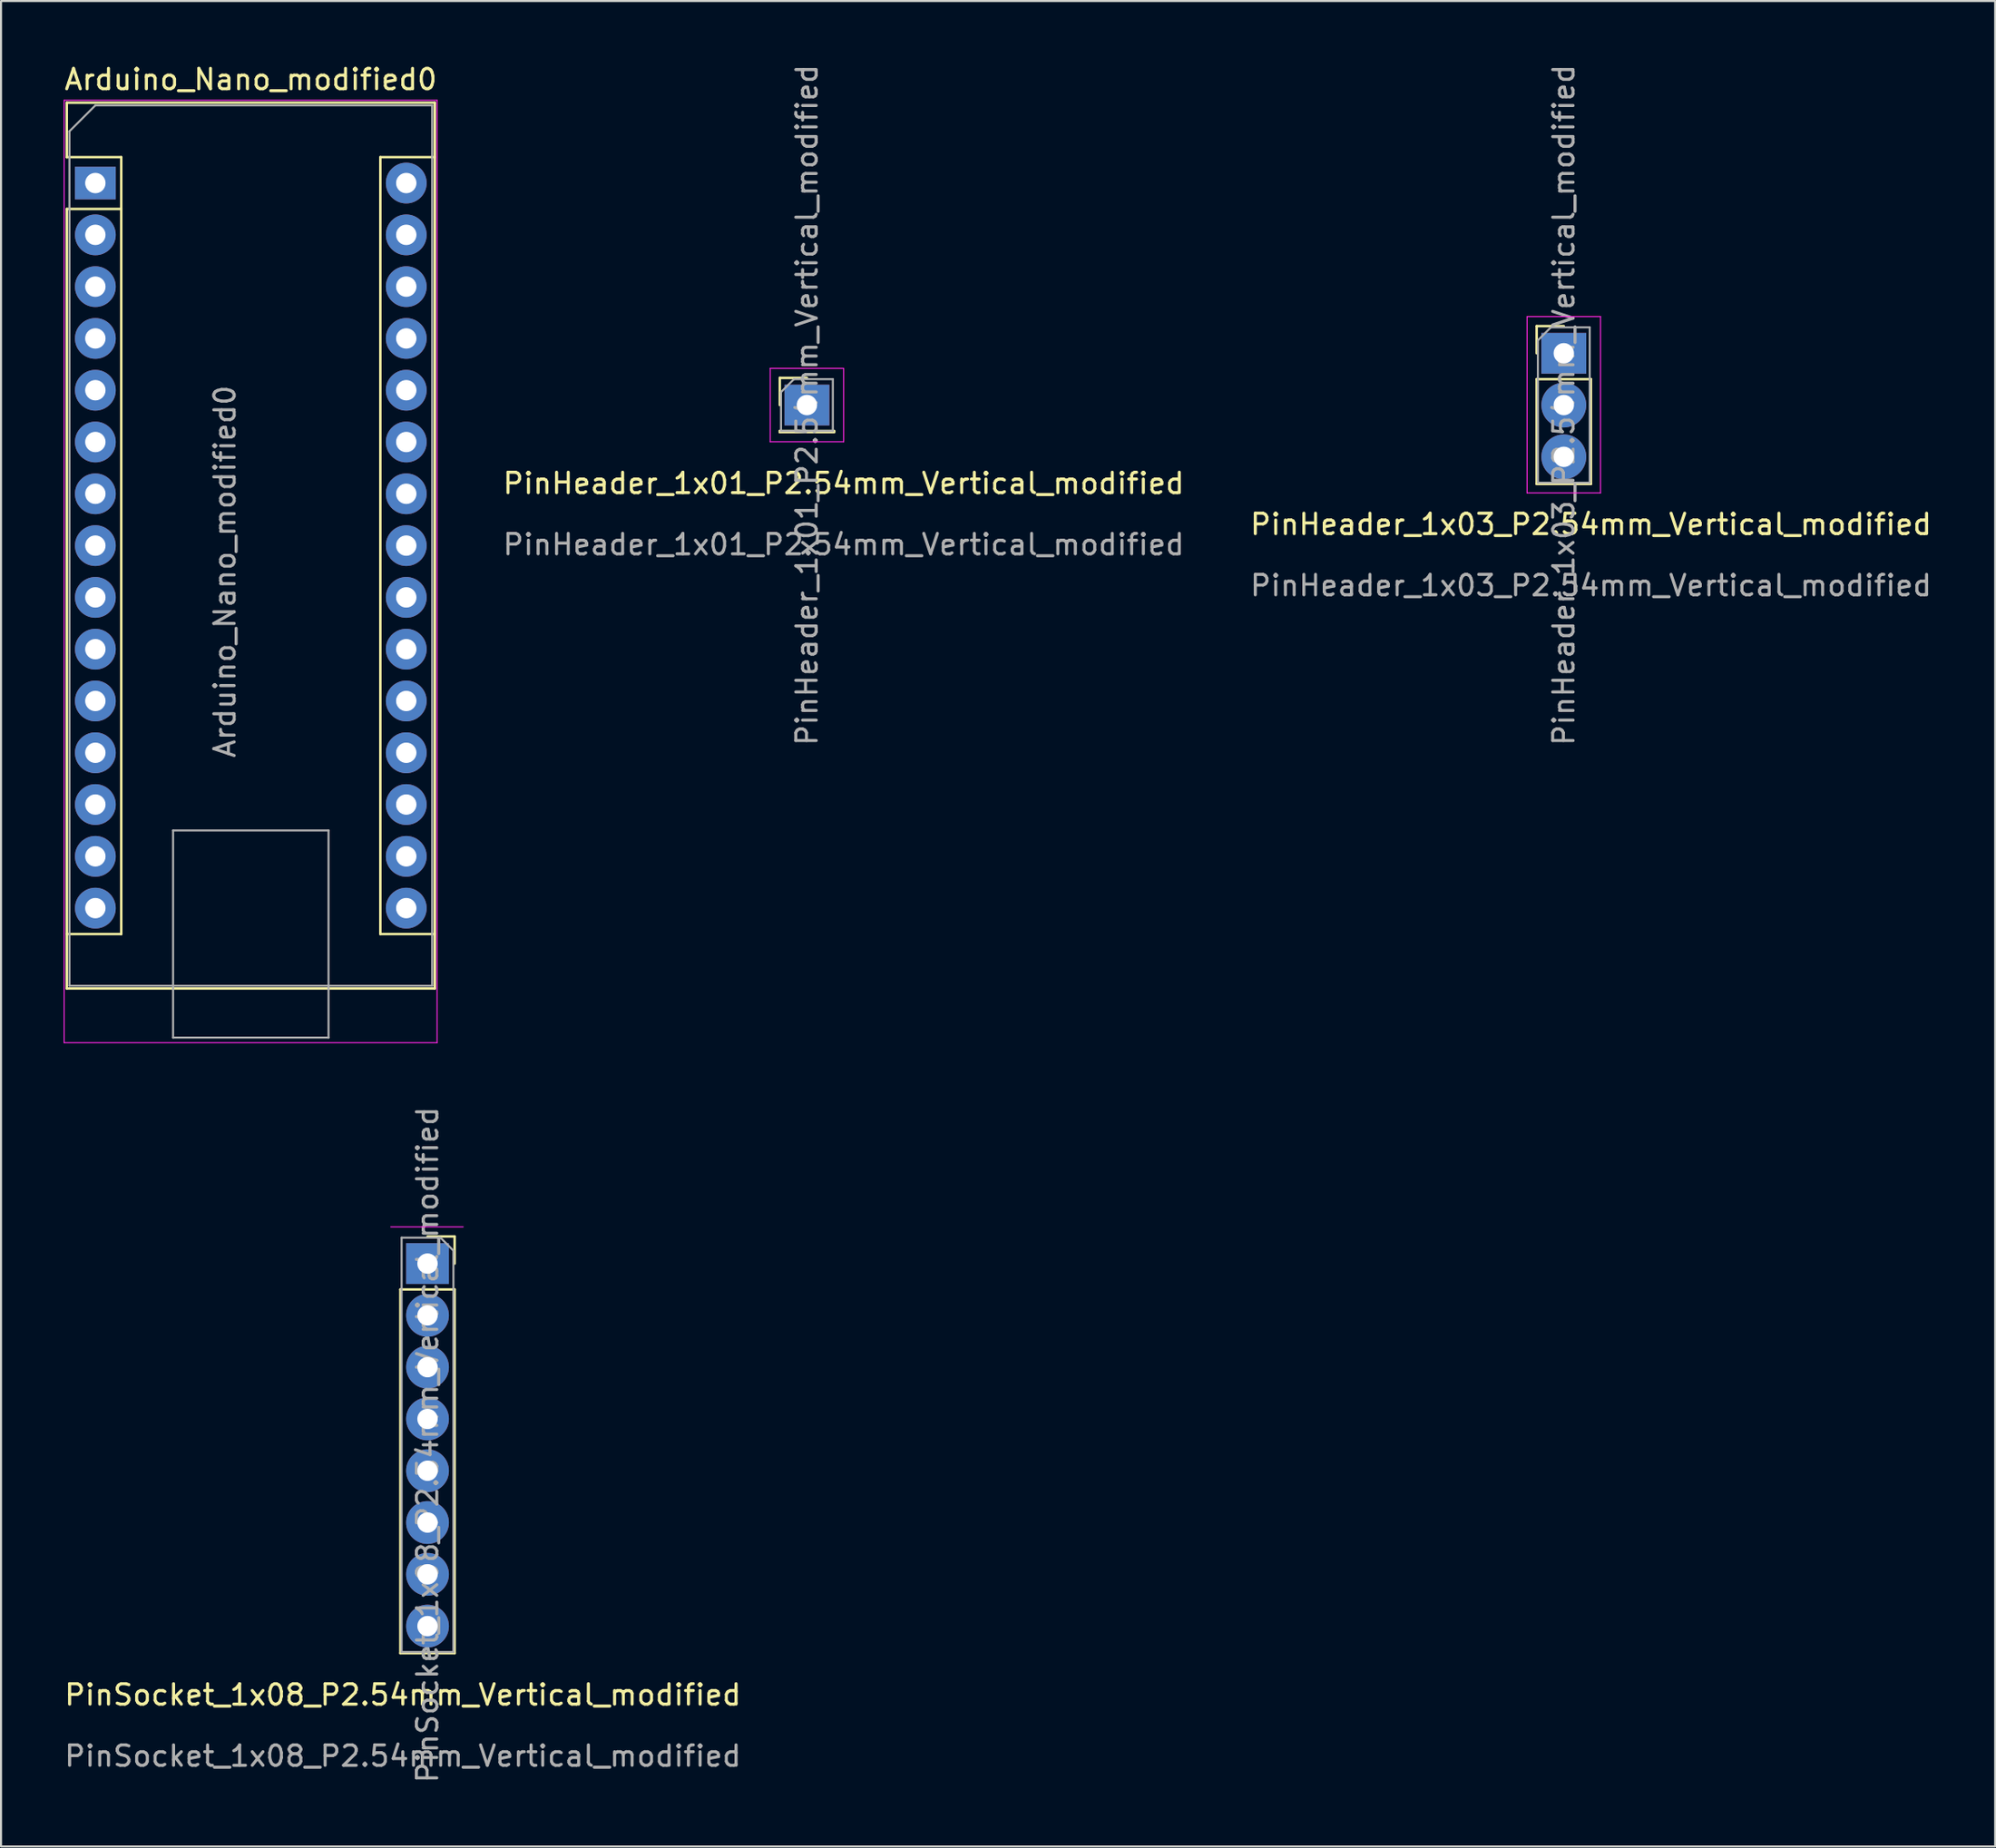
<source format=kicad_pcb>
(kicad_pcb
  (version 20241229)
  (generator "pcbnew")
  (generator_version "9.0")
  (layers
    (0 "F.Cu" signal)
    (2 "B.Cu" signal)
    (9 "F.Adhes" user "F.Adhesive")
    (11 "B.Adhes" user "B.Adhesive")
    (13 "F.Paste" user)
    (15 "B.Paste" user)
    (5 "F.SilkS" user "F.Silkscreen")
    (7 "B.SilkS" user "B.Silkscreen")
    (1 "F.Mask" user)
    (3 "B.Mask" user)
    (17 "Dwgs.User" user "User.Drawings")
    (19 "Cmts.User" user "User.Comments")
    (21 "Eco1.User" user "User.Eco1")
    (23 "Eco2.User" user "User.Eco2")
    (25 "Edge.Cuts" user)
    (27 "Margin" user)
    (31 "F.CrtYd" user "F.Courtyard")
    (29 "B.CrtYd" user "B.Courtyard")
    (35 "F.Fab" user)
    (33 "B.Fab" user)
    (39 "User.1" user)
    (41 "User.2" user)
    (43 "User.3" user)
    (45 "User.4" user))
  (footprint "PinHeader_1x03_P2.54mm_Vertical_modified"
    (layer "F.Cu")
    (at 74.935 23.165)
    (property "Reference" "PinHeader_1x03_P2.54mm_Vertical_modified" (at 0 -0.5 0) (unlocked yes) (layer "F.SilkS") (effects (font (size 1 1) (thickness 0.15))))
    (attr through_hole)
    (fp_line (start -2.66 -10.22) (end -1.33 -10.22) (stroke (width 0.12) (type solid)) (layer "F.SilkS"))
    (fp_line (start -2.66 -8.89) (end -2.66 -10.22) (stroke (width 0.12) (type solid)) (layer "F.SilkS"))
    (fp_line (start -2.66 -7.62) (end -2.66 -2.48) (stroke (width 0.12) (type solid)) (layer "F.SilkS"))
    (fp_line (start -2.66 -7.62) (end 0 -7.62) (stroke (width 0.12) (type solid)) (layer "F.SilkS"))
    (fp_line (start -2.66 -2.48) (end 0 -2.48) (stroke (width 0.12) (type solid)) (layer "F.SilkS"))
    (fp_line (start 0 -7.62) (end 0 -2.48) (stroke (width 0.12) (type solid)) (layer "F.SilkS"))
    (fp_line (start -3.13 -10.69) (end -3.13 -2.04) (stroke (width 0.05) (type solid)) (layer "F.CrtYd"))
    (fp_line (start -3.13 -2.04) (end 0.47 -2.04) (stroke (width 0.05) (type solid)) (layer "F.CrtYd"))
    (fp_line (start 0.47 -10.69) (end -3.13 -10.69) (stroke (width 0.05) (type solid)) (layer "F.CrtYd"))
    (fp_line (start 0.47 -2.04) (end 0.47 -10.69) (stroke (width 0.05) (type solid)) (layer "F.CrtYd"))
    (fp_line (start -2.6 -9.525) (end -1.965 -10.16) (stroke (width 0.1) (type solid)) (layer "F.Fab"))
    (fp_line (start -2.6 -2.54) (end -2.6 -9.525) (stroke (width 0.1) (type solid)) (layer "F.Fab"))
    (fp_line (start -1.965 -10.16) (end -0.06 -10.16) (stroke (width 0.1) (type solid)) (layer "F.Fab"))
    (fp_line (start -0.06 -10.16) (end -0.06 -2.54) (stroke (width 0.1) (type solid)) (layer "F.Fab"))
    (fp_line (start -0.06 -2.54) (end -2.6 -2.54) (stroke (width 0.1) (type solid)) (layer "F.Fab"))
    (fp_text user "${REFERENCE}" (at -1.33 -6.35 90) (layer "F.Fab") (effects (font (size 1 1) (thickness 0.15))))
    (fp_text user "${REFERENCE}" (at 0 2.5 0) (unlocked yes) (layer "F.Fab") (effects (font (size 1 1) (thickness 0.15))))
    (pad "1" thru_hole rect (at -1.33 -8.89) (size 2.2 2) (drill 1) (layers "*.Cu" "*.Mask"))
    (pad "2" thru_hole circle (at -1.33 -6.35) (size 2.2 2.2) (drill 1) (layers "*.Cu" "*.Mask"))
    (pad "3" thru_hole circle (at -1.33 -3.81) (size 2.2 2.2) (drill 1) (layers "*.Cu" "*.Mask")))
  (footprint "PinSocket_1x08_P2.54mm_Vertical_modified"
    (layer "F.Cu")
    (at 16.696 80.57)
    (property "Reference" "PinSocket_1x08_P2.54mm_Vertical_modified" (at 0 -0.5 0) (unlocked yes) (layer "F.SilkS") (effects (font (size 1 1) (thickness 0.15))))
    (attr through_hole)
    (fp_line (start -0.12 -20.38) (end -0.12 -2.54) (stroke (width 0.12) (type solid)) (layer "F.SilkS"))
    (fp_line (start -0.12 -20.38) (end 2.54 -20.38) (stroke (width 0.12) (type solid)) (layer "F.SilkS"))
    (fp_line (start -0.12 -2.54) (end 2.54 -2.54) (stroke (width 0.12) (type solid)) (layer "F.SilkS"))
    (fp_line (start 1.21 -22.98) (end 2.54 -22.98) (stroke (width 0.12) (type solid)) (layer "F.SilkS"))
    (fp_line (start 2.54 -22.98) (end 2.54 -21.65) (stroke (width 0.12) (type solid)) (layer "F.SilkS"))
    (fp_line (start 2.54 -20.38) (end 2.54 -2.54) (stroke (width 0.12) (type solid)) (layer "F.SilkS"))
    (fp_line (start -0.59 -23.45) (end 2.96 -23.45) (stroke (width 0.05) (type solid)) (layer "F.CrtYd"))
    (fp_line (start -0.06 -22.92) (end 1.845 -22.92) (stroke (width 0.1) (type solid)) (layer "F.Fab"))
    (fp_line (start -0.06 -2.6) (end -0.06 -22.92) (stroke (width 0.1) (type solid)) (layer "F.Fab"))
    (fp_line (start 1.845 -22.92) (end 2.48 -22.285) (stroke (width 0.1) (type solid)) (layer "F.Fab"))
    (fp_line (start 2.48 -22.285) (end 2.48 -2.6) (stroke (width 0.1) (type solid)) (layer "F.Fab"))
    (fp_line (start 2.48 -2.6) (end -0.06 -2.6) (stroke (width 0.1) (type solid)) (layer "F.Fab"))
    (fp_text user "${REFERENCE}" (at 0 2.5 0) (unlocked yes) (layer "F.Fab") (effects (font (size 1 1) (thickness 0.15))))
    (fp_text user "${REFERENCE}" (at 1.21 -12.76 90) (layer "F.Fab") (effects (font (size 1 1) (thickness 0.15))))
    (pad "1" thru_hole rect (at 1.21 -21.65) (size 2.1 2) (drill 1) (layers "*.Cu" "*.Mask"))
    (pad "2" thru_hole circle (at 1.21 -19.11) (size 2.1 2.1) (drill 1) (layers "*.Cu" "*.Mask"))
    (pad "3" thru_hole circle (at 1.21 -16.57) (size 2.1 2.1) (drill 1) (layers "*.Cu" "*.Mask"))
    (pad "4" thru_hole circle (at 1.21 -14.03) (size 2.1 2.1) (drill 1) (layers "*.Cu" "*.Mask"))
    (pad "5" thru_hole circle (at 1.21 -11.49) (size 2.1 2.1) (drill 1) (layers "*.Cu" "*.Mask"))
    (pad "6" thru_hole circle (at 1.21 -8.95) (size 2.1 2.1) (drill 1) (layers "*.Cu" "*.Mask"))
    (pad "7" thru_hole circle (at 1.21 -6.41) (size 2.1 2.1) (drill 1) (layers "*.Cu" "*.Mask"))
    (pad "8" thru_hole circle (at 1.21 -3.87) (size 2.1 2.1) (drill 1) (layers "*.Cu" "*.Mask")))
  (footprint "Arduino_Nano_modified0"
    (layer "F.Cu")
    (at 1.624 5.928)
    (property "Reference" "Arduino_Nano_modified0" (at 7.62 -5.08 0) (layer "F.SilkS") (effects (font (size 1 1) (thickness 0.15))))
    (attr through_hole)
    (fp_line (start -1.4 -3.94) (end -1.4 -1.27) (stroke (width 0.12) (type solid)) (layer "F.SilkS"))
    (fp_line (start -1.4 1.27) (end -1.4 39.5) (stroke (width 0.12) (type solid)) (layer "F.SilkS"))
    (fp_line (start -1.4 39.5) (end 16.64 39.5) (stroke (width 0.12) (type solid)) (layer "F.SilkS"))
    (fp_line (start 1.27 -1.27) (end -1.4 -1.27) (stroke (width 0.12) (type solid)) (layer "F.SilkS"))
    (fp_line (start 1.27 1.27) (end -1.4 1.27) (stroke (width 0.12) (type solid)) (layer "F.SilkS"))
    (fp_line (start 1.27 1.27) (end 1.27 -1.27) (stroke (width 0.12) (type solid)) (layer "F.SilkS"))
    (fp_line (start 1.27 1.27) (end 1.27 36.83) (stroke (width 0.12) (type solid)) (layer "F.SilkS"))
    (fp_line (start 1.27 36.83) (end -1.4 36.83) (stroke (width 0.12) (type solid)) (layer "F.SilkS"))
    (fp_line (start 13.97 -1.27) (end 13.97 36.83) (stroke (width 0.12) (type solid)) (layer "F.SilkS"))
    (fp_line (start 13.97 -1.27) (end 16.64 -1.27) (stroke (width 0.12) (type solid)) (layer "F.SilkS"))
    (fp_line (start 13.97 36.83) (end 16.64 36.83) (stroke (width 0.12) (type solid)) (layer "F.SilkS"))
    (fp_line (start 16.64 -3.94) (end -1.4 -3.94) (stroke (width 0.12) (type solid)) (layer "F.SilkS"))
    (fp_line (start 16.64 39.5) (end 16.64 -3.94) (stroke (width 0.12) (type solid)) (layer "F.SilkS"))
    (fp_line (start -1.53 -4.06) (end -1.53 42.16) (stroke (width 0.05) (type solid)) (layer "F.CrtYd"))
    (fp_line (start -1.53 -4.06) (end 16.75 -4.06) (stroke (width 0.05) (type solid)) (layer "F.CrtYd"))
    (fp_line (start 16.75 42.16) (end -1.53 42.16) (stroke (width 0.05) (type solid)) (layer "F.CrtYd"))
    (fp_line (start 16.75 42.16) (end 16.75 -4.06) (stroke (width 0.05) (type solid)) (layer "F.CrtYd"))
    (fp_line (start -1.27 -2.54) (end 0 -3.81) (stroke (width 0.1) (type solid)) (layer "F.Fab"))
    (fp_line (start -1.27 39.37) (end -1.27 -2.54) (stroke (width 0.1) (type solid)) (layer "F.Fab"))
    (fp_line (start 0 -3.81) (end 16.51 -3.81) (stroke (width 0.1) (type solid)) (layer "F.Fab"))
    (fp_line (start 3.81 31.75) (end 11.43 31.75) (stroke (width 0.1) (type solid)) (layer "F.Fab"))
    (fp_line (start 3.81 41.91) (end 3.81 31.75) (stroke (width 0.1) (type solid)) (layer "F.Fab"))
    (fp_line (start 11.43 31.75) (end 11.43 41.91) (stroke (width 0.1) (type solid)) (layer "F.Fab"))
    (fp_line (start 11.43 41.91) (end 3.81 41.91) (stroke (width 0.1) (type solid)) (layer "F.Fab"))
    (fp_line (start 16.51 -3.81) (end 16.51 39.37) (stroke (width 0.1) (type solid)) (layer "F.Fab"))
    (fp_line (start 16.51 39.37) (end -1.27 39.37) (stroke (width 0.1) (type solid)) (layer "F.Fab"))
    (fp_text user "${REFERENCE}" (at 6.35 19.05 90) (layer "F.Fab") (effects (font (size 1 1) (thickness 0.15))))
    (pad "1" thru_hole rect (at 0 0) (size 2 1.6) (drill 1) (layers "*.Cu" "*.Mask"))
    (pad "2" thru_hole circle (at 0 2.54) (size 2 2) (drill 1) (layers "*.Cu" "*.Mask"))
    (pad "3" thru_hole circle (at 0 5.08) (size 2 2) (drill 1) (layers "*.Cu" "*.Mask"))
    (pad "4" thru_hole circle (at 0 7.62) (size 2 2) (drill 1) (layers "*.Cu" "*.Mask"))
    (pad "5" thru_hole circle (at 0 10.16) (size 2 2) (drill 1) (layers "*.Cu" "*.Mask"))
    (pad "6" thru_hole circle (at 0 12.7) (size 2 2) (drill 1) (layers "*.Cu" "*.Mask"))
    (pad "7" thru_hole circle (at 0 15.24) (size 2 2) (drill 1) (layers "*.Cu" "*.Mask"))
    (pad "8" thru_hole circle (at 0 17.78) (size 2 2) (drill 1) (layers "*.Cu" "*.Mask"))
    (pad "9" thru_hole circle (at 0 20.32) (size 2 2) (drill 1) (layers "*.Cu" "*.Mask"))
    (pad "10" thru_hole circle (at 0 22.86) (size 2 2) (drill 1) (layers "*.Cu" "*.Mask"))
    (pad "11" thru_hole circle (at 0 25.4) (size 2 2) (drill 1) (layers "*.Cu" "*.Mask"))
    (pad "12" thru_hole circle (at 0 27.94) (size 2 2) (drill 1) (layers "*.Cu" "*.Mask"))
    (pad "13" thru_hole circle (at 0 30.48) (size 2 2) (drill 1) (layers "*.Cu" "*.Mask"))
    (pad "14" thru_hole circle (at 0 33.02) (size 2 2) (drill 1) (layers "*.Cu" "*.Mask"))
    (pad "15" thru_hole circle (at 0 35.56) (size 2 2) (drill 1) (layers "*.Cu" "*.Mask"))
    (pad "16" thru_hole circle (at 15.24 35.56) (size 2 2) (drill 1) (layers "*.Cu" "*.Mask"))
    (pad "17" thru_hole circle (at 15.24 33.02) (size 2 2) (drill 1) (layers "*.Cu" "*.Mask"))
    (pad "18" thru_hole circle (at 15.24 30.48) (size 2 2) (drill 1) (layers "*.Cu" "*.Mask"))
    (pad "19" thru_hole circle (at 15.24 27.94) (size 2 2) (drill 1) (layers "*.Cu" "*.Mask"))
    (pad "20" thru_hole circle (at 15.24 25.4) (size 2 2) (drill 1) (layers "*.Cu" "*.Mask"))
    (pad "21" thru_hole circle (at 15.24 22.86) (size 2 2) (drill 1) (layers "*.Cu" "*.Mask"))
    (pad "22" thru_hole circle (at 15.24 20.32) (size 2 2) (drill 1) (layers "*.Cu" "*.Mask"))
    (pad "23" thru_hole circle (at 15.24 17.78) (size 2 2) (drill 1) (layers "*.Cu" "*.Mask"))
    (pad "24" thru_hole circle (at 15.24 15.24) (size 2 2) (drill 1) (layers "*.Cu" "*.Mask"))
    (pad "25" thru_hole circle (at 15.24 12.7) (size 2 2) (drill 1) (layers "*.Cu" "*.Mask"))
    (pad "26" thru_hole circle (at 15.24 10.16) (size 2 2) (drill 1) (layers "*.Cu" "*.Mask"))
    (pad "27" thru_hole circle (at 15.24 7.62) (size 2 2) (drill 1) (layers "*.Cu" "*.Mask"))
    (pad "28" thru_hole circle (at 15.24 5.08) (size 2 2) (drill 1) (layers "*.Cu" "*.Mask"))
    (pad "29" thru_hole circle (at 15.24 2.54) (size 2 2) (drill 1) (layers "*.Cu" "*.Mask"))
    (pad "30" thru_hole circle (at 15.24 0) (size 2 2) (drill 1) (layers "*.Cu" "*.Mask")))
  (footprint "PinHeader_1x01_P2.54mm_Vertical_modified"
    (layer "F.Cu")
    (at 38.304 21.155)
    (property "Reference" "PinHeader_1x01_P2.54mm_Vertical_modified" (at 0 -0.5 0) (unlocked yes) (layer "F.SilkS") (effects (font (size 1 1) (thickness 0.15))))
    (attr through_hole)
    (fp_line (start -3.13 -5.67) (end -1.8 -5.67) (stroke (width 0.12) (type solid)) (layer "F.SilkS"))
    (fp_line (start -3.13 -4.34) (end -3.13 -5.67) (stroke (width 0.12) (type solid)) (layer "F.SilkS"))
    (fp_line (start -3.13 -3.07) (end -3.13 -3.01) (stroke (width 0.12) (type solid)) (layer "F.SilkS"))
    (fp_line (start -3.13 -3.07) (end -0.47 -3.07) (stroke (width 0.12) (type solid)) (layer "F.SilkS"))
    (fp_line (start -3.13 -3.01) (end -0.47 -3.01) (stroke (width 0.12) (type solid)) (layer "F.SilkS"))
    (fp_line (start -0.47 -3.07) (end -0.47 -3.01) (stroke (width 0.12) (type solid)) (layer "F.SilkS"))
    (fp_line (start -3.6 -6.14) (end -3.6 -2.54) (stroke (width 0.05) (type solid)) (layer "F.CrtYd"))
    (fp_line (start -3.6 -2.54) (end 0 -2.54) (stroke (width 0.05) (type solid)) (layer "F.CrtYd"))
    (fp_line (start 0 -6.14) (end -3.6 -6.14) (stroke (width 0.05) (type solid)) (layer "F.CrtYd"))
    (fp_line (start 0 -2.54) (end 0 -6.14) (stroke (width 0.05) (type solid)) (layer "F.CrtYd"))
    (fp_line (start -3.07 -4.975) (end -2.435 -5.61) (stroke (width 0.1) (type solid)) (layer "F.Fab"))
    (fp_line (start -3.07 -3.07) (end -3.07 -4.975) (stroke (width 0.1) (type solid)) (layer "F.Fab"))
    (fp_line (start -2.435 -5.61) (end -0.53 -5.61) (stroke (width 0.1) (type solid)) (layer "F.Fab"))
    (fp_line (start -0.53 -5.61) (end -0.53 -3.07) (stroke (width 0.1) (type solid)) (layer "F.Fab"))
    (fp_line (start -0.53 -3.07) (end -3.07 -3.07) (stroke (width 0.1) (type solid)) (layer "F.Fab"))
    (fp_text user "${REFERENCE}" (at 0 2.5 0) (unlocked yes) (layer "F.Fab") (effects (font (size 1 1) (thickness 0.15))))
    (fp_text user "${REFERENCE}" (at -1.8 -4.34 90) (layer "F.Fab") (effects (font (size 1 1) (thickness 0.15))))
    (pad "1" thru_hole rect (at -1.8 -4.34) (size 2.2 2) (drill 1) (layers "*.Cu" "*.Mask")))
  (gr_rect
    (start -3 -3)
    (end 94.75 87.506)
    (stroke (width 0.1) (type default))
    (fill no)
    (layer "Edge.Cuts")))
</source>
